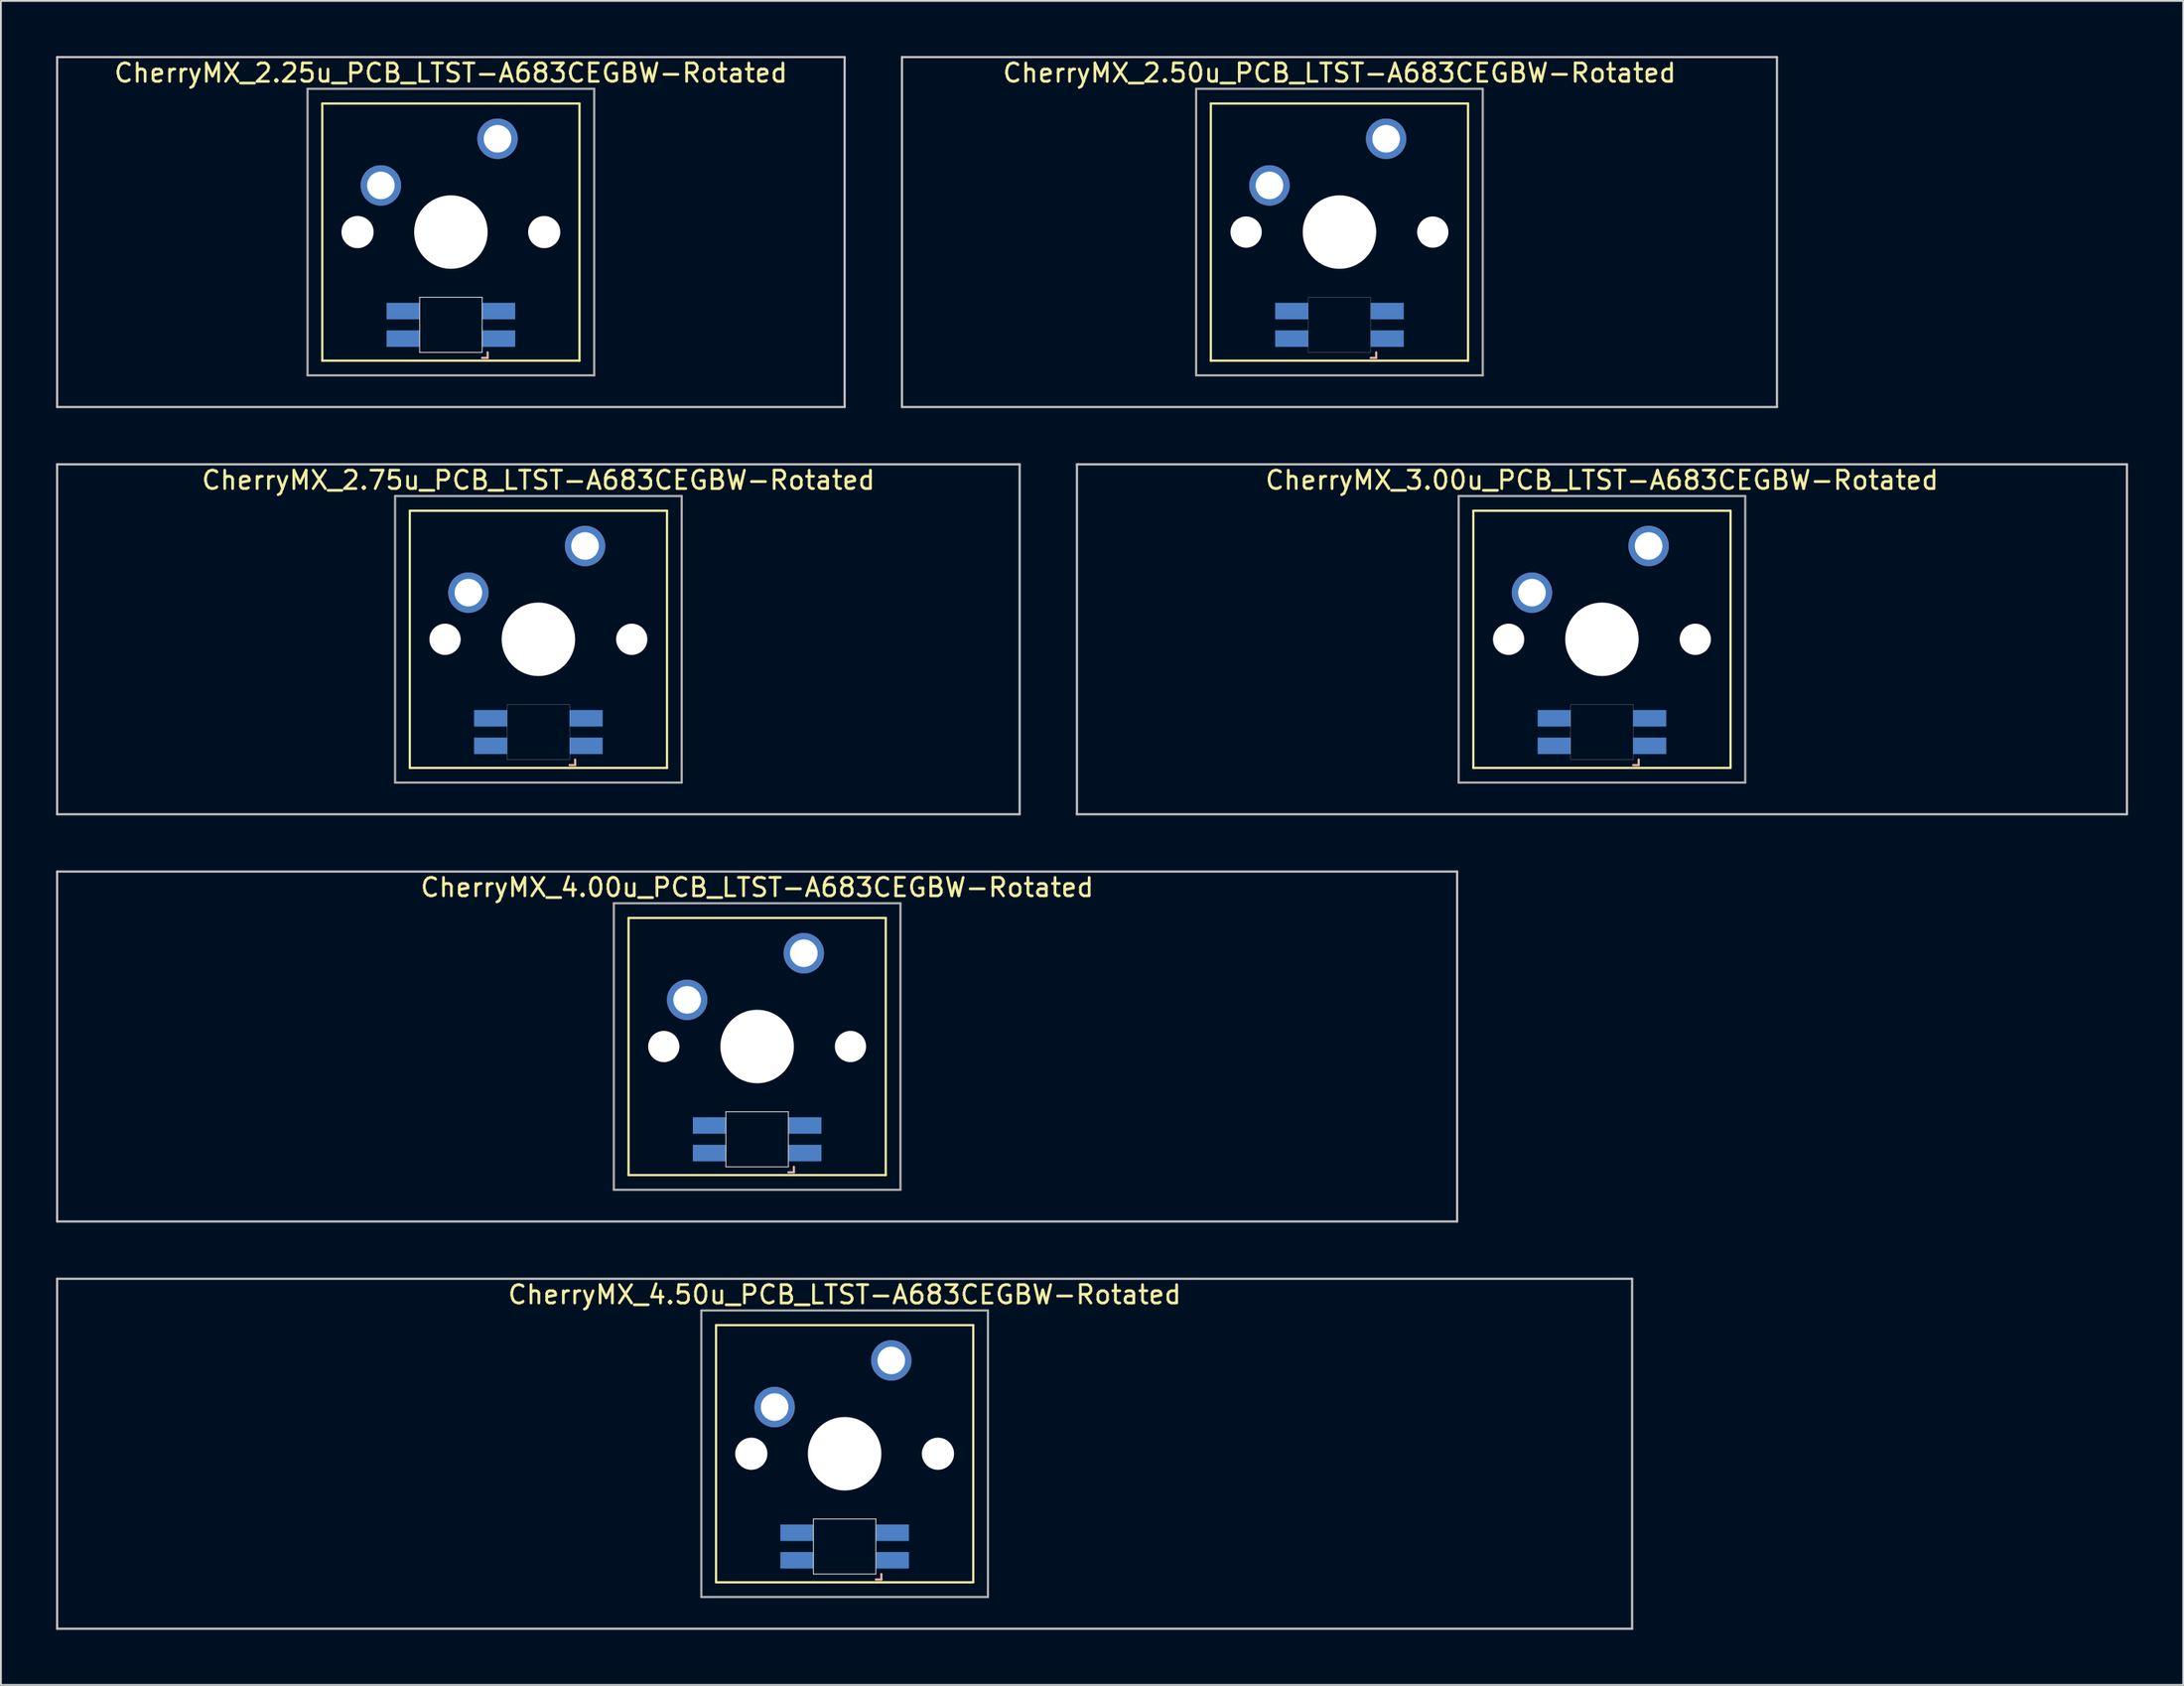
<source format=kicad_pcb>
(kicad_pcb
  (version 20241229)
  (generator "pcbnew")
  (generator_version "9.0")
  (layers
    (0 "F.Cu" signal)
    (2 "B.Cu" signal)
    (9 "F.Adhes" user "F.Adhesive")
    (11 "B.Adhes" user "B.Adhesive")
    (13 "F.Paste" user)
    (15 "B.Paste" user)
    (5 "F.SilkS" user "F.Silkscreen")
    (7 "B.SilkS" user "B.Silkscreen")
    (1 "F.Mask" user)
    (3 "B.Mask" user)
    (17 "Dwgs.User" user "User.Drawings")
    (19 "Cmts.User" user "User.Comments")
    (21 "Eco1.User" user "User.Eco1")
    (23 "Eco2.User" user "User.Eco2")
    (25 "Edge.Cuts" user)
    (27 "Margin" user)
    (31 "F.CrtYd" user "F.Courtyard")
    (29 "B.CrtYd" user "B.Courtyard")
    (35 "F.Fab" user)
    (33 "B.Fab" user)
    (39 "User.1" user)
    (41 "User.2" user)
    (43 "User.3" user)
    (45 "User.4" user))
  (footprint "CherryMX_3.00u_PCB_LTST-A683CEGBW-Rotated"
    (layer "F.Cu")
    (at 84.142 31.755)
    (property "Reference" "CherryMX_3.00u_PCB_LTST-A683CEGBW-Rotated" (at 0 -8.662 0) (layer "F.SilkS") (effects (font (size 1 1) (thickness 0.15))))
    (attr through_hole)
    (fp_line (start -7 -7) (end -7 7) (stroke (width 0.12) (type solid)) (layer "F.SilkS"))
    (fp_line (start -7 -7) (end 7 -7) (stroke (width 0.12) (type solid)) (layer "F.SilkS"))
    (fp_line (start 7 -7) (end 7 7) (stroke (width 0.12) (type solid)) (layer "F.SilkS"))
    (fp_line (start 7 7) (end -7 7) (stroke (width 0.12) (type solid)) (layer "F.SilkS"))
    (fp_line (start 1.7 6.85) (end 2 6.85) (stroke (width 0.12) (type solid)) (layer "B.SilkS"))
    (fp_line (start 2 6.85) (end 2 6.55) (stroke (width 0.12) (type solid)) (layer "B.SilkS"))
    (fp_line (start -28.575 -9.525) (end 28.575 -9.525) (stroke (width 0.12) (type solid)) (layer "Dwgs.User"))
    (fp_line (start -28.575 9.525) (end -28.575 -9.525) (stroke (width 0.12) (type solid)) (layer "Dwgs.User"))
    (fp_line (start 28.575 -9.525) (end 28.575 9.525) (stroke (width 0.12) (type solid)) (layer "Dwgs.User"))
    (fp_line (start 28.575 9.525) (end -28.575 9.525) (stroke (width 0.12) (type solid)) (layer "Dwgs.User"))
    (fp_poly (pts (xy -1.7 3.55) (xy 1.7 3.55) (xy 1.7 6.55) (xy -1.7 6.55)) (stroke (width 0.01) (type solid)) (fill no) (layer "Edge.Cuts"))
    (fp_line (start -7.8 -7.8) (end -7.8 7.8) (stroke (width 0.12) (type solid)) (layer "F.Fab"))
    (fp_line (start -7.8 -7.8) (end 7.8 -7.8) (stroke (width 0.12) (type solid)) (layer "F.Fab"))
    (fp_line (start -7.8 7.8) (end 7.8 7.8) (stroke (width 0.12) (type solid)) (layer "F.Fab"))
    (fp_line (start 7.8 -7.8) (end 7.8 7.8) (stroke (width 0.12) (type solid)) (layer "F.Fab"))
    (pad "" np_thru_hole circle (at -5.08 0) (size 1.7 1.7) (drill 1.7) (layers "*.Cu" "*.Mask"))
    (pad "" np_thru_hole circle (at 0 0) (size 4 4) (drill 4) (layers "*.Cu" "*.Mask"))
    (pad "" np_thru_hole circle (at 5.08 0) (size 1.7 1.7) (drill 1.7) (layers "*.Cu" "*.Mask"))
    (pad "1" thru_hole circle (at -3.81 -2.54) (size 2.2 2.2) (drill 1.5) (layers "*.Cu" "*.Mask"))
    (pad "2" thru_hole circle (at 2.54 -5.08) (size 2.2 2.2) (drill 1.5) (layers "*.Cu" "*.Mask"))
    (pad "3" smd rect (at 2.6 5.8 180) (size 1.8 0.9) (layers "B.Cu" "B.Mask" "B.Paste"))
    (pad "4" smd rect (at 2.6 4.3 180) (size 1.8 0.9) (layers "B.Cu" "B.Mask" "B.Paste"))
    (pad "5" smd rect (at -2.6 5.8 180) (size 1.8 0.9) (layers "B.Cu" "B.Mask" "B.Paste"))
    (pad "6" smd rect (at -2.6 4.3 180) (size 1.8 0.9) (layers "B.Cu" "B.Mask" "B.Paste")))
  (footprint "CherryMX_4.50u_PCB_LTST-A683CEGBW-Rotated"
    (layer "F.Cu")
    (at 42.922 76.095)
    (property "Reference" "CherryMX_4.50u_PCB_LTST-A683CEGBW-Rotated" (at 0 -8.662 0) (layer "F.SilkS") (effects (font (size 1 1) (thickness 0.15))))
    (attr through_hole)
    (fp_line (start -7 -7) (end -7 7) (stroke (width 0.12) (type solid)) (layer "F.SilkS"))
    (fp_line (start -7 -7) (end 7 -7) (stroke (width 0.12) (type solid)) (layer "F.SilkS"))
    (fp_line (start 7 -7) (end 7 7) (stroke (width 0.12) (type solid)) (layer "F.SilkS"))
    (fp_line (start 7 7) (end -7 7) (stroke (width 0.12) (type solid)) (layer "F.SilkS"))
    (fp_line (start 1.7 6.85) (end 2 6.85) (stroke (width 0.12) (type solid)) (layer "B.SilkS"))
    (fp_line (start 2 6.85) (end 2 6.55) (stroke (width 0.12) (type solid)) (layer "B.SilkS"))
    (fp_line (start -42.862 -9.525) (end 42.862 -9.525) (stroke (width 0.12) (type solid)) (layer "Dwgs.User"))
    (fp_line (start -42.862 9.525) (end -42.862 -9.525) (stroke (width 0.12) (type solid)) (layer "Dwgs.User"))
    (fp_line (start 42.862 -9.525) (end 42.862 9.525) (stroke (width 0.12) (type solid)) (layer "Dwgs.User"))
    (fp_line (start 42.862 9.525) (end -42.862 9.525) (stroke (width 0.12) (type solid)) (layer "Dwgs.User"))
    (fp_line (start -1.7 3.55) (end 1.7 3.55) (stroke (width 0.05) (type solid)) (layer "Edge.Cuts"))
    (fp_line (start -1.7 6.55) (end -1.7 3.55) (stroke (width 0.05) (type solid)) (layer "Edge.Cuts"))
    (fp_line (start 1.7 3.55) (end 1.7 6.55) (stroke (width 0.05) (type solid)) (layer "Edge.Cuts"))
    (fp_line (start 1.7 6.55) (end -1.7 6.55) (stroke (width 0.05) (type solid)) (layer "Edge.Cuts"))
    (fp_line (start -7.8 -7.8) (end -7.8 7.8) (stroke (width 0.12) (type solid)) (layer "F.Fab"))
    (fp_line (start -7.8 -7.8) (end 7.8 -7.8) (stroke (width 0.12) (type solid)) (layer "F.Fab"))
    (fp_line (start -7.8 7.8) (end 7.8 7.8) (stroke (width 0.12) (type solid)) (layer "F.Fab"))
    (fp_line (start 7.8 -7.8) (end 7.8 7.8) (stroke (width 0.12) (type solid)) (layer "F.Fab"))
    (pad "" np_thru_hole circle (at -5.08 0) (size 1.75 1.75) (drill 1.75) (layers "*.Cu" "*.Mask"))
    (pad "" np_thru_hole circle (at 0 0) (size 4 4) (drill 4) (layers "*.Cu" "*.Mask"))
    (pad "" np_thru_hole circle (at 5.08 0) (size 1.75 1.75) (drill 1.75) (layers "*.Cu" "*.Mask"))
    (pad "1" thru_hole circle (at -3.81 -2.54) (size 2.2 2.2) (drill 1.5) (layers "*.Cu" "*.Mask"))
    (pad "2" thru_hole circle (at 2.54 -5.08) (size 2.2 2.2) (drill 1.5) (layers "*.Cu" "*.Mask"))
    (pad "3" smd rect (at 2.6 5.8) (size 1.8 0.9) (layers "B.Cu" "B.Mask" "B.Paste"))
    (pad "4" smd rect (at 2.6 4.3) (size 1.8 0.9) (layers "B.Cu" "B.Mask" "B.Paste"))
    (pad "5" smd rect (at -2.6 5.8) (size 1.8 0.9) (layers "B.Cu" "B.Mask" "B.Paste"))
    (pad "6" smd rect (at -2.6 4.3) (size 1.8 0.9) (layers "B.Cu" "B.Mask" "B.Paste")))
  (footprint "CherryMX_2.50u_PCB_LTST-A683CEGBW-Rotated"
    (layer "F.Cu")
    (at 69.855 9.585)
    (property "Reference" "CherryMX_2.50u_PCB_LTST-A683CEGBW-Rotated" (at 0 -8.662 0) (layer "F.SilkS") (effects (font (size 1 1) (thickness 0.15))))
    (attr through_hole)
    (fp_line (start -7 -7) (end -7 7) (stroke (width 0.12) (type solid)) (layer "F.SilkS"))
    (fp_line (start -7 -7) (end 7 -7) (stroke (width 0.12) (type solid)) (layer "F.SilkS"))
    (fp_line (start 7 -7) (end 7 7) (stroke (width 0.12) (type solid)) (layer "F.SilkS"))
    (fp_line (start 7 7) (end -7 7) (stroke (width 0.12) (type solid)) (layer "F.SilkS"))
    (fp_line (start 1.7 6.85) (end 2 6.85) (stroke (width 0.12) (type solid)) (layer "B.SilkS"))
    (fp_line (start 2 6.85) (end 2 6.55) (stroke (width 0.12) (type solid)) (layer "B.SilkS"))
    (fp_line (start -23.812 -9.525) (end 23.812 -9.525) (stroke (width 0.12) (type solid)) (layer "Dwgs.User"))
    (fp_line (start -23.812 9.525) (end -23.812 -9.525) (stroke (width 0.12) (type solid)) (layer "Dwgs.User"))
    (fp_line (start 23.812 -9.525) (end 23.812 9.525) (stroke (width 0.12) (type solid)) (layer "Dwgs.User"))
    (fp_line (start 23.812 9.525) (end -23.812 9.525) (stroke (width 0.12) (type solid)) (layer "Dwgs.User"))
    (fp_poly (pts (xy -1.7 3.55) (xy 1.7 3.55) (xy 1.7 6.55) (xy -1.7 6.55)) (stroke (width 0.01) (type solid)) (fill no) (layer "Edge.Cuts"))
    (fp_line (start -7.8 -7.8) (end -7.8 7.8) (stroke (width 0.12) (type solid)) (layer "F.Fab"))
    (fp_line (start -7.8 -7.8) (end 7.8 -7.8) (stroke (width 0.12) (type solid)) (layer "F.Fab"))
    (fp_line (start -7.8 7.8) (end 7.8 7.8) (stroke (width 0.12) (type solid)) (layer "F.Fab"))
    (fp_line (start 7.8 -7.8) (end 7.8 7.8) (stroke (width 0.12) (type solid)) (layer "F.Fab"))
    (pad "" np_thru_hole circle (at -5.08 0) (size 1.7 1.7) (drill 1.7) (layers "*.Cu" "*.Mask"))
    (pad "" np_thru_hole circle (at 0 0) (size 4 4) (drill 4) (layers "*.Cu" "*.Mask"))
    (pad "" np_thru_hole circle (at 5.08 0) (size 1.7 1.7) (drill 1.7) (layers "*.Cu" "*.Mask"))
    (pad "1" thru_hole circle (at -3.81 -2.54) (size 2.2 2.2) (drill 1.5) (layers "*.Cu" "*.Mask"))
    (pad "2" thru_hole circle (at 2.54 -5.08) (size 2.2 2.2) (drill 1.5) (layers "*.Cu" "*.Mask"))
    (pad "3" smd rect (at 2.6 5.8 180) (size 1.8 0.9) (layers "B.Cu" "B.Mask" "B.Paste"))
    (pad "4" smd rect (at 2.6 4.3 180) (size 1.8 0.9) (layers "B.Cu" "B.Mask" "B.Paste"))
    (pad "5" smd rect (at -2.6 5.8 180) (size 1.8 0.9) (layers "B.Cu" "B.Mask" "B.Paste"))
    (pad "6" smd rect (at -2.6 4.3 180) (size 1.8 0.9) (layers "B.Cu" "B.Mask" "B.Paste")))
  (footprint "CherryMX_2.25u_PCB_LTST-A683CEGBW-Rotated"
    (layer "F.Cu")
    (at 21.491 9.585)
    (property "Reference" "CherryMX_2.25u_PCB_LTST-A683CEGBW-Rotated" (at 0 -8.662 0) (layer "F.SilkS") (effects (font (size 1 1) (thickness 0.15))))
    (attr through_hole)
    (fp_line (start -7 -7) (end -7 7) (stroke (width 0.12) (type solid)) (layer "F.SilkS"))
    (fp_line (start -7 -7) (end 7 -7) (stroke (width 0.12) (type solid)) (layer "F.SilkS"))
    (fp_line (start 7 -7) (end 7 7) (stroke (width 0.12) (type solid)) (layer "F.SilkS"))
    (fp_line (start 7 7) (end -7 7) (stroke (width 0.12) (type solid)) (layer "F.SilkS"))
    (fp_line (start 1.7 6.85) (end 2 6.85) (stroke (width 0.12) (type solid)) (layer "B.SilkS"))
    (fp_line (start 2 6.85) (end 2 6.55) (stroke (width 0.12) (type solid)) (layer "B.SilkS"))
    (fp_line (start -21.431 -9.525) (end 21.431 -9.525) (stroke (width 0.12) (type solid)) (layer "Dwgs.User"))
    (fp_line (start -21.431 9.525) (end -21.431 -9.525) (stroke (width 0.12) (type solid)) (layer "Dwgs.User"))
    (fp_line (start 21.431 -9.525) (end 21.431 9.525) (stroke (width 0.12) (type solid)) (layer "Dwgs.User"))
    (fp_line (start 21.431 9.525) (end -21.431 9.525) (stroke (width 0.12) (type solid)) (layer "Dwgs.User"))
    (fp_line (start -1.7 3.55) (end 1.7 3.55) (stroke (width 0.05) (type solid)) (layer "Edge.Cuts"))
    (fp_line (start -1.7 6.55) (end -1.7 3.55) (stroke (width 0.05) (type solid)) (layer "Edge.Cuts"))
    (fp_line (start 1.7 3.55) (end 1.7 6.55) (stroke (width 0.05) (type solid)) (layer "Edge.Cuts"))
    (fp_line (start 1.7 6.55) (end -1.7 6.55) (stroke (width 0.05) (type solid)) (layer "Edge.Cuts"))
    (fp_line (start -7.8 -7.8) (end -7.8 7.8) (stroke (width 0.12) (type solid)) (layer "F.Fab"))
    (fp_line (start -7.8 -7.8) (end 7.8 -7.8) (stroke (width 0.12) (type solid)) (layer "F.Fab"))
    (fp_line (start -7.8 7.8) (end 7.8 7.8) (stroke (width 0.12) (type solid)) (layer "F.Fab"))
    (fp_line (start 7.8 -7.8) (end 7.8 7.8) (stroke (width 0.12) (type solid)) (layer "F.Fab"))
    (pad "" np_thru_hole circle (at -5.08 0) (size 1.75 1.75) (drill 1.75) (layers "*.Cu" "*.Mask"))
    (pad "" np_thru_hole circle (at 0 0) (size 4 4) (drill 4) (layers "*.Cu" "*.Mask"))
    (pad "" np_thru_hole circle (at 5.08 0) (size 1.75 1.75) (drill 1.75) (layers "*.Cu" "*.Mask"))
    (pad "1" thru_hole circle (at -3.81 -2.54) (size 2.2 2.2) (drill 1.5) (layers "*.Cu" "*.Mask"))
    (pad "2" thru_hole circle (at 2.54 -5.08) (size 2.2 2.2) (drill 1.5) (layers "*.Cu" "*.Mask"))
    (pad "3" smd rect (at 2.6 5.8) (size 1.8 0.9) (layers "B.Cu" "B.Mask" "B.Paste"))
    (pad "4" smd rect (at 2.6 4.3) (size 1.8 0.9) (layers "B.Cu" "B.Mask" "B.Paste"))
    (pad "5" smd rect (at -2.6 5.8) (size 1.8 0.9) (layers "B.Cu" "B.Mask" "B.Paste"))
    (pad "6" smd rect (at -2.6 4.3) (size 1.8 0.9) (layers "B.Cu" "B.Mask" "B.Paste")))
  (footprint "CherryMX_2.75u_PCB_LTST-A683CEGBW-Rotated"
    (layer "F.Cu")
    (at 26.254 31.755)
    (property "Reference" "CherryMX_2.75u_PCB_LTST-A683CEGBW-Rotated" (at 0 -8.662 0) (layer "F.SilkS") (effects (font (size 1 1) (thickness 0.15))))
    (attr through_hole)
    (fp_line (start -7 -7) (end -7 7) (stroke (width 0.12) (type solid)) (layer "F.SilkS"))
    (fp_line (start -7 -7) (end 7 -7) (stroke (width 0.12) (type solid)) (layer "F.SilkS"))
    (fp_line (start 7 -7) (end 7 7) (stroke (width 0.12) (type solid)) (layer "F.SilkS"))
    (fp_line (start 7 7) (end -7 7) (stroke (width 0.12) (type solid)) (layer "F.SilkS"))
    (fp_line (start 1.7 6.85) (end 2 6.85) (stroke (width 0.12) (type solid)) (layer "B.SilkS"))
    (fp_line (start 2 6.85) (end 2 6.55) (stroke (width 0.12) (type solid)) (layer "B.SilkS"))
    (fp_line (start -26.194 -9.525) (end 26.194 -9.525) (stroke (width 0.12) (type solid)) (layer "Dwgs.User"))
    (fp_line (start -26.194 9.525) (end -26.194 -9.525) (stroke (width 0.12) (type solid)) (layer "Dwgs.User"))
    (fp_line (start 26.194 -9.525) (end 26.194 9.525) (stroke (width 0.12) (type solid)) (layer "Dwgs.User"))
    (fp_line (start 26.194 9.525) (end -26.194 9.525) (stroke (width 0.12) (type solid)) (layer "Dwgs.User"))
    (fp_poly (pts (xy -1.7 3.55) (xy 1.7 3.55) (xy 1.7 6.55) (xy -1.7 6.55)) (stroke (width 0.01) (type solid)) (fill no) (layer "Edge.Cuts"))
    (fp_line (start -7.8 -7.8) (end -7.8 7.8) (stroke (width 0.12) (type solid)) (layer "F.Fab"))
    (fp_line (start -7.8 -7.8) (end 7.8 -7.8) (stroke (width 0.12) (type solid)) (layer "F.Fab"))
    (fp_line (start -7.8 7.8) (end 7.8 7.8) (stroke (width 0.12) (type solid)) (layer "F.Fab"))
    (fp_line (start 7.8 -7.8) (end 7.8 7.8) (stroke (width 0.12) (type solid)) (layer "F.Fab"))
    (pad "" np_thru_hole circle (at -5.08 0) (size 1.7 1.7) (drill 1.7) (layers "*.Cu" "*.Mask"))
    (pad "" np_thru_hole circle (at 0 0) (size 4 4) (drill 4) (layers "*.Cu" "*.Mask"))
    (pad "" np_thru_hole circle (at 5.08 0) (size 1.7 1.7) (drill 1.7) (layers "*.Cu" "*.Mask"))
    (pad "1" thru_hole circle (at -3.81 -2.54) (size 2.2 2.2) (drill 1.5) (layers "*.Cu" "*.Mask"))
    (pad "2" thru_hole circle (at 2.54 -5.08) (size 2.2 2.2) (drill 1.5) (layers "*.Cu" "*.Mask"))
    (pad "3" smd rect (at 2.6 5.8 180) (size 1.8 0.9) (layers "B.Cu" "B.Mask" "B.Paste"))
    (pad "4" smd rect (at 2.6 4.3 180) (size 1.8 0.9) (layers "B.Cu" "B.Mask" "B.Paste"))
    (pad "5" smd rect (at -2.6 5.8 180) (size 1.8 0.9) (layers "B.Cu" "B.Mask" "B.Paste"))
    (pad "6" smd rect (at -2.6 4.3 180) (size 1.8 0.9) (layers "B.Cu" "B.Mask" "B.Paste")))
  (footprint "CherryMX_4.00u_PCB_LTST-A683CEGBW-Rotated"
    (layer "F.Cu")
    (at 38.16 53.925)
    (property "Reference" "CherryMX_4.00u_PCB_LTST-A683CEGBW-Rotated" (at 0 -8.662 0) (layer "F.SilkS") (effects (font (size 1 1) (thickness 0.15))))
    (attr through_hole)
    (fp_line (start -7 -7) (end -7 7) (stroke (width 0.12) (type solid)) (layer "F.SilkS"))
    (fp_line (start -7 -7) (end 7 -7) (stroke (width 0.12) (type solid)) (layer "F.SilkS"))
    (fp_line (start 7 -7) (end 7 7) (stroke (width 0.12) (type solid)) (layer "F.SilkS"))
    (fp_line (start 7 7) (end -7 7) (stroke (width 0.12) (type solid)) (layer "F.SilkS"))
    (fp_line (start 1.7 6.85) (end 2 6.85) (stroke (width 0.12) (type solid)) (layer "B.SilkS"))
    (fp_line (start 2 6.85) (end 2 6.55) (stroke (width 0.12) (type solid)) (layer "B.SilkS"))
    (fp_line (start -38.1 -9.525) (end 38.1 -9.525) (stroke (width 0.12) (type solid)) (layer "Dwgs.User"))
    (fp_line (start -38.1 9.525) (end -38.1 -9.525) (stroke (width 0.12) (type solid)) (layer "Dwgs.User"))
    (fp_line (start 38.1 -9.525) (end 38.1 9.525) (stroke (width 0.12) (type solid)) (layer "Dwgs.User"))
    (fp_line (start 38.1 9.525) (end -38.1 9.525) (stroke (width 0.12) (type solid)) (layer "Dwgs.User"))
    (fp_line (start -1.7 3.55) (end 1.7 3.55) (stroke (width 0.05) (type solid)) (layer "Edge.Cuts"))
    (fp_line (start -1.7 6.55) (end -1.7 3.55) (stroke (width 0.05) (type solid)) (layer "Edge.Cuts"))
    (fp_line (start 1.7 3.55) (end 1.7 6.55) (stroke (width 0.05) (type solid)) (layer "Edge.Cuts"))
    (fp_line (start 1.7 6.55) (end -1.7 6.55) (stroke (width 0.05) (type solid)) (layer "Edge.Cuts"))
    (fp_line (start -7.8 -7.8) (end -7.8 7.8) (stroke (width 0.12) (type solid)) (layer "F.Fab"))
    (fp_line (start -7.8 -7.8) (end 7.8 -7.8) (stroke (width 0.12) (type solid)) (layer "F.Fab"))
    (fp_line (start -7.8 7.8) (end 7.8 7.8) (stroke (width 0.12) (type solid)) (layer "F.Fab"))
    (fp_line (start 7.8 -7.8) (end 7.8 7.8) (stroke (width 0.12) (type solid)) (layer "F.Fab"))
    (pad "" np_thru_hole circle (at -5.08 0) (size 1.7 1.7) (drill 1.7) (layers "*.Cu" "*.Mask"))
    (pad "" np_thru_hole circle (at 0 0) (size 4 4) (drill 4) (layers "*.Cu" "*.Mask"))
    (pad "" np_thru_hole circle (at 5.08 0) (size 1.7 1.7) (drill 1.7) (layers "*.Cu" "*.Mask"))
    (pad "1" thru_hole circle (at -3.81 -2.54) (size 2.2 2.2) (drill 1.5) (layers "*.Cu" "*.Mask"))
    (pad "2" thru_hole circle (at 2.54 -5.08) (size 2.2 2.2) (drill 1.5) (layers "*.Cu" "*.Mask"))
    (pad "3" smd rect (at 2.6 5.8 180) (size 1.8 0.9) (layers "B.Cu" "B.Mask" "B.Paste"))
    (pad "4" smd rect (at 2.6 4.3 180) (size 1.8 0.9) (layers "B.Cu" "B.Mask" "B.Paste"))
    (pad "5" smd rect (at -2.6 5.8 180) (size 1.8 0.9) (layers "B.Cu" "B.Mask" "B.Paste"))
    (pad "6" smd rect (at -2.6 4.3 180) (size 1.8 0.9) (layers "B.Cu" "B.Mask" "B.Paste")))
  (gr_rect
    (start -3 -3)
    (end 115.778 88.68)
    (stroke (width 0.1) (type default))
    (fill no)
    (layer "Edge.Cuts")))
</source>
